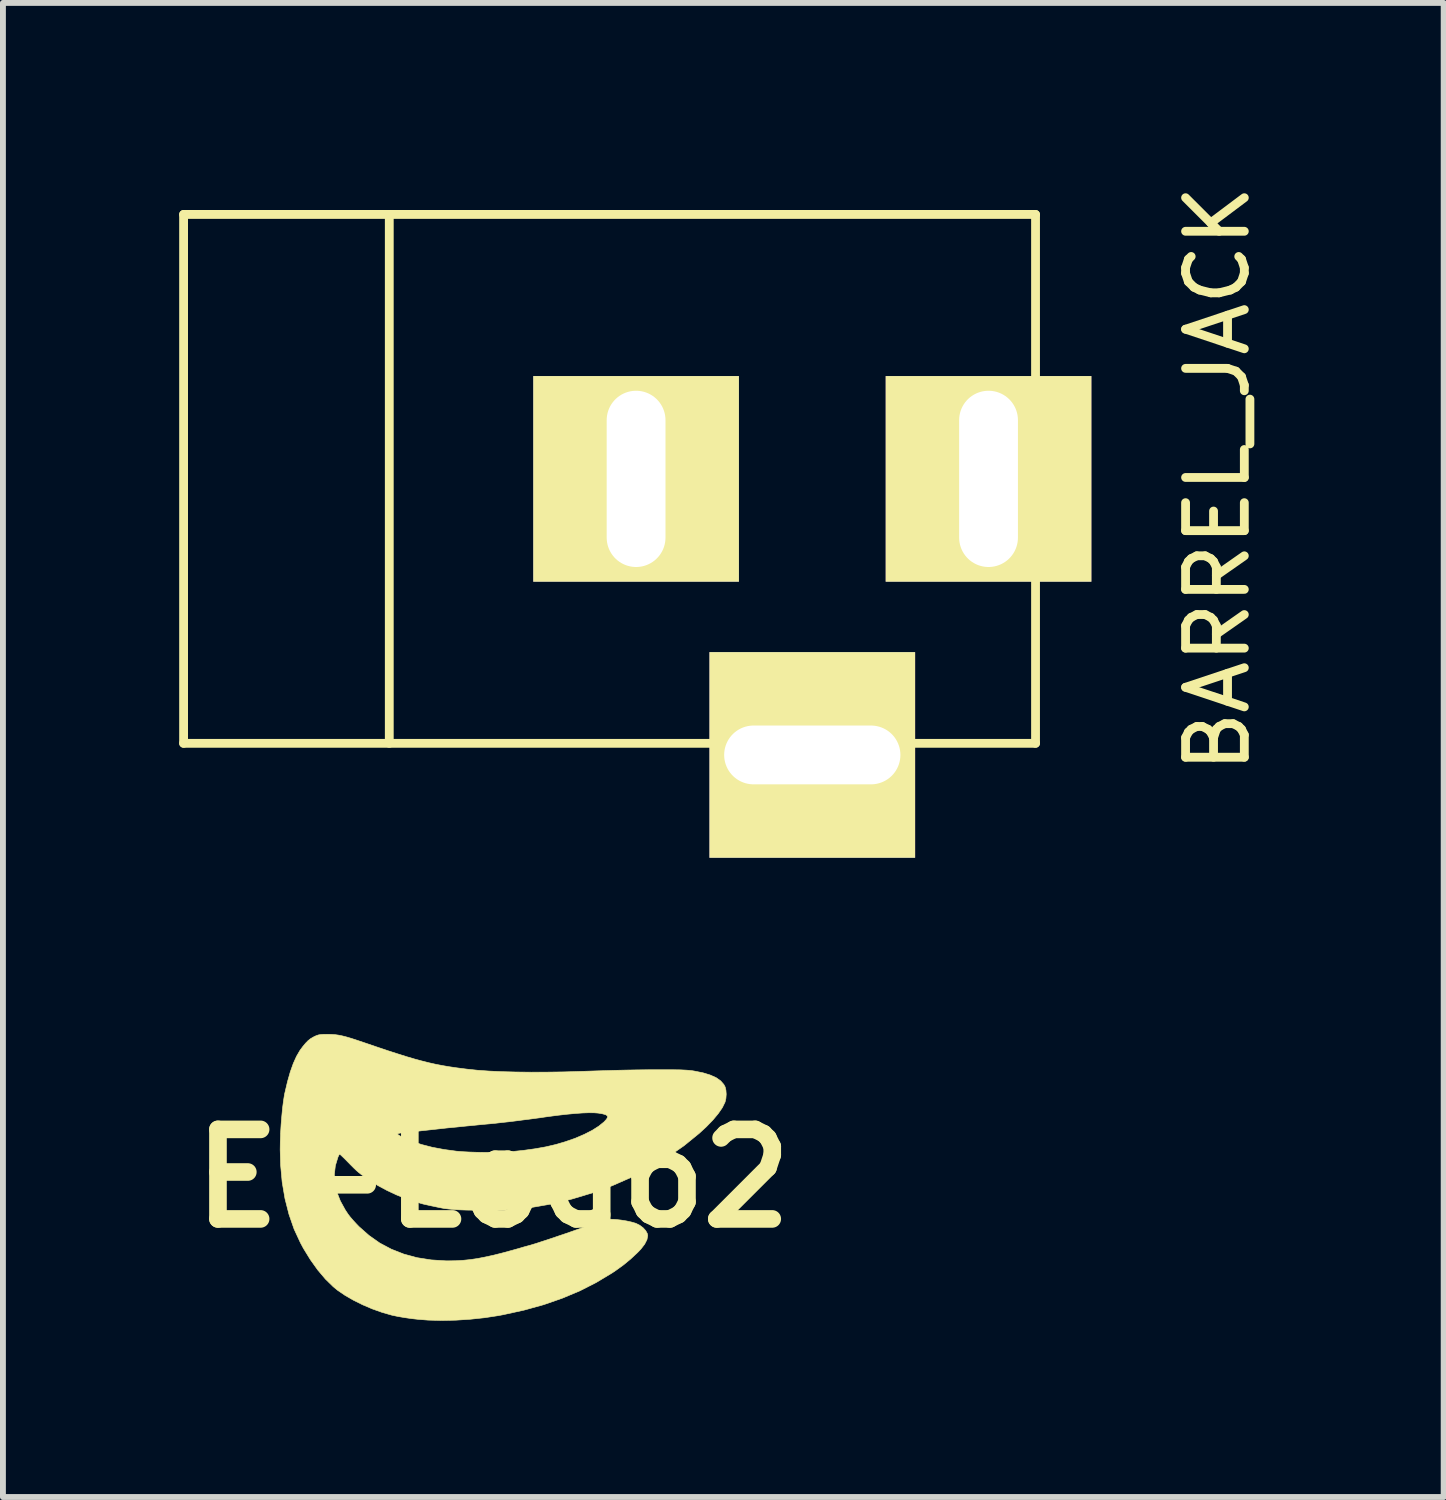
<source format=kicad_pcb>
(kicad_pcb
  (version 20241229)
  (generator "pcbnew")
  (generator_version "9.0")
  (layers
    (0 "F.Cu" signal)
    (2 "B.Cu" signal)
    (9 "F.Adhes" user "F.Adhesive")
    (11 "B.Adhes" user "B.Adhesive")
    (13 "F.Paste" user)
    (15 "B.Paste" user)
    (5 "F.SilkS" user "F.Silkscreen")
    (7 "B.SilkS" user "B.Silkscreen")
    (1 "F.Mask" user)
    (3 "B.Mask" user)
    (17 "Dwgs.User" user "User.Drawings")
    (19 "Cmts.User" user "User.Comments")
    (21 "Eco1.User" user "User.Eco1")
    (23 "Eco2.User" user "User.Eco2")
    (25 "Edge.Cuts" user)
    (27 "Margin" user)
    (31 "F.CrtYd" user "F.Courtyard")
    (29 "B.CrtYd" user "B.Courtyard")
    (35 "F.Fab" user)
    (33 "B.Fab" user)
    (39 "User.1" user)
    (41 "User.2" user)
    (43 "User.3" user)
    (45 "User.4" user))
  (footprint "BARREL_JACK"
    (layer "F.Cu")
    (at 7.576 5.101)
    (property "Reference" "BARREL_JACK" (at 10.099 0 90) (layer "F.SilkS") (effects (font (size 1 1) (thickness 0.15))))
    (attr through_hole)
    (fp_line (start -7.501 -4.501) (end -7.501 4.501) (stroke (width 0.15) (type solid)) (layer "F.SilkS"))
    (fp_line (start -7.501 4.501) (end 7 4.501) (stroke (width 0.15) (type solid)) (layer "F.SilkS"))
    (fp_line (start -4 -4.501) (end -4 4.501) (stroke (width 0.15) (type solid)) (layer "F.SilkS"))
    (fp_line (start 7 -4.501) (end -7.501 -4.501) (stroke (width 0.15) (type solid)) (layer "F.SilkS"))
    (fp_line (start 7 4.501) (end 7 -4.501) (stroke (width 0.15) (type solid)) (layer "F.SilkS"))
    (pad "1" thru_hole rect (at 0.201 0) (size 3.5 3.5) (drill oval 1.001 3) (layers "*.Cu" "*.Mask" "F.SilkS"))
    (pad "2" thru_hole rect (at 6.2 0) (size 3.5 3.5) (drill oval 1.001 3) (layers "*.Cu" "*.Mask" "F.SilkS"))
    (pad "3" thru_hole rect (at 3.2 4.699) (size 3.5 3.5) (drill oval 3 1.001) (layers "*.Cu" "*.Mask" "F.SilkS")))
  (footprint "E-Logo2"
    (layer "F.Cu")
    (at 5.341 17.008)
    (property "Reference" "E-Logo2" (at 0 0 0) (layer "F.SilkS") (effects (font (size 1.524 1.524) (thickness 0.3))))
    (attr through_hole)
    (fp_poly (pts (xy -2.807 -2.453) (xy -2.746 -2.451) (xy -2.687 -2.447) (xy -2.629 -2.439) (xy -2.565 -2.426) (xy -2.494 -2.408) (xy -2.409 -2.383) (xy -2.309 -2.35) (xy -2.187 -2.309) (xy -2.172 -2.304) (xy -1.967 -2.234) (xy -1.783 -2.172) (xy -1.618 -2.119) (xy -1.469 -2.072) (xy -1.333 -2.032) (xy -1.207 -1.998) (xy -1.087 -1.968) (xy -0.971 -1.942) (xy -0.856 -1.92) (xy -0.738 -1.9) (xy -0.615 -1.882) (xy -0.483 -1.865) (xy -0.434 -1.859) (xy -0.262 -1.841) (xy -0.066 -1.827) (xy 0.153 -1.817) (xy 0.392 -1.811) (xy 0.65 -1.808) (xy 0.923 -1.809) (xy 1.21 -1.813) (xy 1.51 -1.822) (xy 1.604 -1.825) (xy 1.758 -1.83) (xy 1.924 -1.835) (xy 2.097 -1.84) (xy 2.271 -1.844) (xy 2.439 -1.847) (xy 2.594 -1.849) (xy 2.731 -1.85) (xy 2.761 -1.85) (xy 2.899 -1.85) (xy 3.014 -1.85) (xy 3.108 -1.849) (xy 3.186 -1.848) (xy 3.25 -1.845) (xy 3.304 -1.842) (xy 3.35 -1.838) (xy 3.393 -1.833) (xy 3.429 -1.827) (xy 3.577 -1.797) (xy 3.7 -1.759) (xy 3.8 -1.714) (xy 3.876 -1.66) (xy 3.93 -1.598) (xy 3.952 -1.556) (xy 3.965 -1.502) (xy 3.97 -1.434) (xy 3.965 -1.363) (xy 3.951 -1.302) (xy 3.948 -1.294) (xy 3.903 -1.203) (xy 3.834 -1.103) (xy 3.743 -0.994) (xy 3.631 -0.878) (xy 3.509 -0.766) (xy 3.252 -0.557) (xy 2.974 -0.363) (xy 2.678 -0.184) (xy 2.365 -0.023) (xy 2.037 0.121) (xy 1.697 0.245) (xy 1.347 0.35) (xy 1.17 0.394) (xy 1.105 0.409) (xy 1.052 0.421) (xy 1.006 0.431) (xy 0.961 0.441) (xy 0.912 0.45) (xy 0.853 0.46) (xy 0.78 0.473) (xy 0.687 0.489) (xy 0.662 0.493) (xy 0.577 0.507) (xy 0.495 0.518) (xy 0.412 0.526) (xy 0.323 0.532) (xy 0.223 0.537) (xy 0.11 0.54) (xy -0.023 0.541) (xy -0.147 0.541) (xy -0.309 0.541) (xy -0.447 0.539) (xy -0.564 0.535) (xy -0.665 0.529) (xy -0.752 0.521) (xy -0.828 0.512) (xy -0.896 0.499) (xy -0.913 0.496) (xy -0.954 0.487) (xy -1.01 0.475) (xy -1.069 0.463) (xy -1.076 0.461) (xy -1.131 0.449) (xy -1.18 0.438) (xy -1.213 0.429) (xy -1.217 0.428) (xy -1.247 0.419) (xy -1.293 0.405) (xy -1.33 0.395) (xy -1.48 0.346) (xy -1.641 0.281) (xy -1.803 0.205) (xy -1.958 0.122) (xy -2.098 0.035) (xy -2.12 0.02) (xy -2.186 -0.026) (xy -2.238 -0.063) (xy -2.282 -0.098) (xy -2.324 -0.134) (xy -2.369 -0.177) (xy -2.423 -0.231) (xy -2.468 -0.277) (xy -2.516 -0.326) (xy -2.558 -0.367) (xy -2.59 -0.397) (xy -2.608 -0.413) (xy -2.61 -0.414) (xy -2.619 -0.403) (xy -2.633 -0.375) (xy -2.64 -0.358) (xy -2.683 -0.216) (xy -2.7 -0.07) (xy -2.692 0.079) (xy -2.658 0.231) (xy -2.598 0.384) (xy -2.514 0.537) (xy -2.465 0.611) (xy -2.43 0.656) (xy -2.382 0.712) (xy -2.328 0.771) (xy -2.28 0.821) (xy -2.11 0.971) (xy -1.927 1.1) (xy -1.729 1.205) (xy -1.518 1.288) (xy -1.293 1.349) (xy -1.052 1.387) (xy -0.798 1.403) (xy -0.747 1.403) (xy -0.627 1.401) (xy -0.509 1.394) (xy -0.39 1.382) (xy -0.265 1.364) (xy -0.132 1.338) (xy 0.014 1.306) (xy 0.176 1.265) (xy 0.358 1.215) (xy 0.448 1.19) (xy 0.511 1.171) (xy 0.568 1.155) (xy 0.613 1.143) (xy 0.635 1.137) (xy 0.675 1.125) (xy 0.737 1.106) (xy 0.816 1.08) (xy 0.909 1.05) (xy 1.011 1.016) (xy 1.119 0.979) (xy 1.229 0.942) (xy 1.336 0.905) (xy 1.438 0.869) (xy 1.529 0.837) (xy 1.551 0.829) (xy 1.657 0.791) (xy 1.741 0.76) (xy 1.807 0.737) (xy 1.858 0.72) (xy 1.897 0.709) (xy 1.927 0.701) (xy 1.953 0.697) (xy 1.977 0.696) (xy 2.002 0.695) (xy 2.011 0.695) (xy 2.09 0.699) (xy 2.18 0.709) (xy 2.273 0.724) (xy 2.359 0.743) (xy 2.428 0.763) (xy 2.431 0.764) (xy 2.496 0.796) (xy 2.554 0.839) (xy 2.599 0.888) (xy 2.627 0.939) (xy 2.634 0.973) (xy 2.621 1.042) (xy 2.582 1.119) (xy 2.518 1.202) (xy 2.463 1.26) (xy 2.343 1.372) (xy 2.223 1.471) (xy 2.092 1.566) (xy 2.025 1.611) (xy 1.759 1.771) (xy 1.478 1.914) (xy 1.18 2.039) (xy 0.864 2.149) (xy 0.529 2.242) (xy 0.173 2.32) (xy 0.094 2.335) (xy -0.141 2.371) (xy -0.386 2.397) (xy -0.632 2.413) (xy -0.874 2.418) (xy -1.104 2.412) (xy -1.27 2.399) (xy -1.387 2.386) (xy -1.505 2.369) (xy -1.616 2.35) (xy -1.711 2.33) (xy -1.724 2.327) (xy -1.888 2.28) (xy -2.054 2.221) (xy -2.218 2.151) (xy -2.375 2.073) (xy -2.519 1.99) (xy -2.645 1.904) (xy -2.718 1.844) (xy -2.852 1.713) (xy -2.983 1.558) (xy -3.108 1.383) (xy -3.226 1.191) (xy -3.277 1.096) (xy -3.385 0.863) (xy -3.472 0.612) (xy -3.54 0.346) (xy -3.588 0.064) (xy -3.615 -0.231) (xy -3.622 -0.489) (xy -3.62 -0.627) (xy -3.615 -0.758) (xy -1.623 -0.758) (xy -1.615 -0.744) (xy -1.585 -0.725) (xy -1.534 -0.699) (xy -1.389 -0.635) (xy -1.22 -0.578) (xy -1.034 -0.53) (xy -0.832 -0.492) (xy -0.618 -0.463) (xy -0.615 -0.463) (xy -0.52 -0.455) (xy -0.406 -0.449) (xy -0.28 -0.445) (xy -0.147 -0.443) (xy -0.015 -0.443) (xy 0.11 -0.445) (xy 0.222 -0.449) (xy 0.307 -0.455) (xy 0.524 -0.478) (xy 0.719 -0.505) (xy 0.898 -0.537) (xy 1.065 -0.576) (xy 1.226 -0.623) (xy 1.385 -0.678) (xy 1.404 -0.685) (xy 1.555 -0.75) (xy 1.69 -0.819) (xy 1.803 -0.891) (xy 1.894 -0.965) (xy 1.895 -0.967) (xy 1.933 -1.008) (xy 1.95 -1.04) (xy 1.946 -1.065) (xy 1.919 -1.084) (xy 1.867 -1.099) (xy 1.79 -1.112) (xy 1.723 -1.117) (xy 1.632 -1.118) (xy 1.522 -1.114) (xy 1.396 -1.105) (xy 1.257 -1.092) (xy 1.108 -1.075) (xy 0.954 -1.055) (xy 0.869 -1.043) (xy 0.812 -1.034) (xy 0.742 -1.025) (xy 0.674 -1.016) (xy 0.668 -1.015) (xy 0.6 -1.006) (xy 0.527 -0.997) (xy 0.465 -0.989) (xy 0.461 -0.988) (xy 0.373 -0.977) (xy 0.268 -0.964) (xy 0.155 -0.952) (xy 0.043 -0.939) (xy -0.059 -0.929) (xy -0.127 -0.923) (xy -0.191 -0.917) (xy -0.272 -0.909) (xy -0.36 -0.9) (xy -0.448 -0.892) (xy -0.468 -0.89) (xy -0.546 -0.882) (xy -0.622 -0.874) (xy -0.687 -0.868) (xy -0.735 -0.863) (xy -0.749 -0.862) (xy -0.799 -0.857) (xy -0.869 -0.849) (xy -0.952 -0.84) (xy -1.043 -0.83) (xy -1.134 -0.82) (xy -1.218 -0.811) (xy -1.29 -0.802) (xy -1.359 -0.794) (xy -1.435 -0.787) (xy -1.497 -0.781) (xy -1.565 -0.774) (xy -1.606 -0.767) (xy -1.623 -0.758) (xy -3.615 -0.758) (xy -3.615 -0.773) (xy -3.606 -0.921) (xy -3.594 -1.065) (xy -3.581 -1.201) (xy -3.565 -1.323) (xy -3.549 -1.426) (xy -3.542 -1.457) (xy -3.497 -1.648) (xy -3.45 -1.813) (xy -3.399 -1.956) (xy -3.344 -2.078) (xy -3.284 -2.181) (xy -3.238 -2.243) (xy -3.189 -2.302) (xy -3.147 -2.345) (xy -3.107 -2.377) (xy -3.061 -2.404) (xy -3.035 -2.418) (xy -3 -2.433) (xy -2.968 -2.443) (xy -2.932 -2.449) (xy -2.885 -2.452) (xy -2.82 -2.453) (xy -2.807 -2.453)) (stroke (width 0.01) (type solid)) (fill yes) (layer "F.SilkS")))
  (gr_rect
    (start -3 -3)
    (end 21.523 22.431)
    (stroke (width 0.1) (type default))
    (fill no)
    (layer "Edge.Cuts")))
</source>
